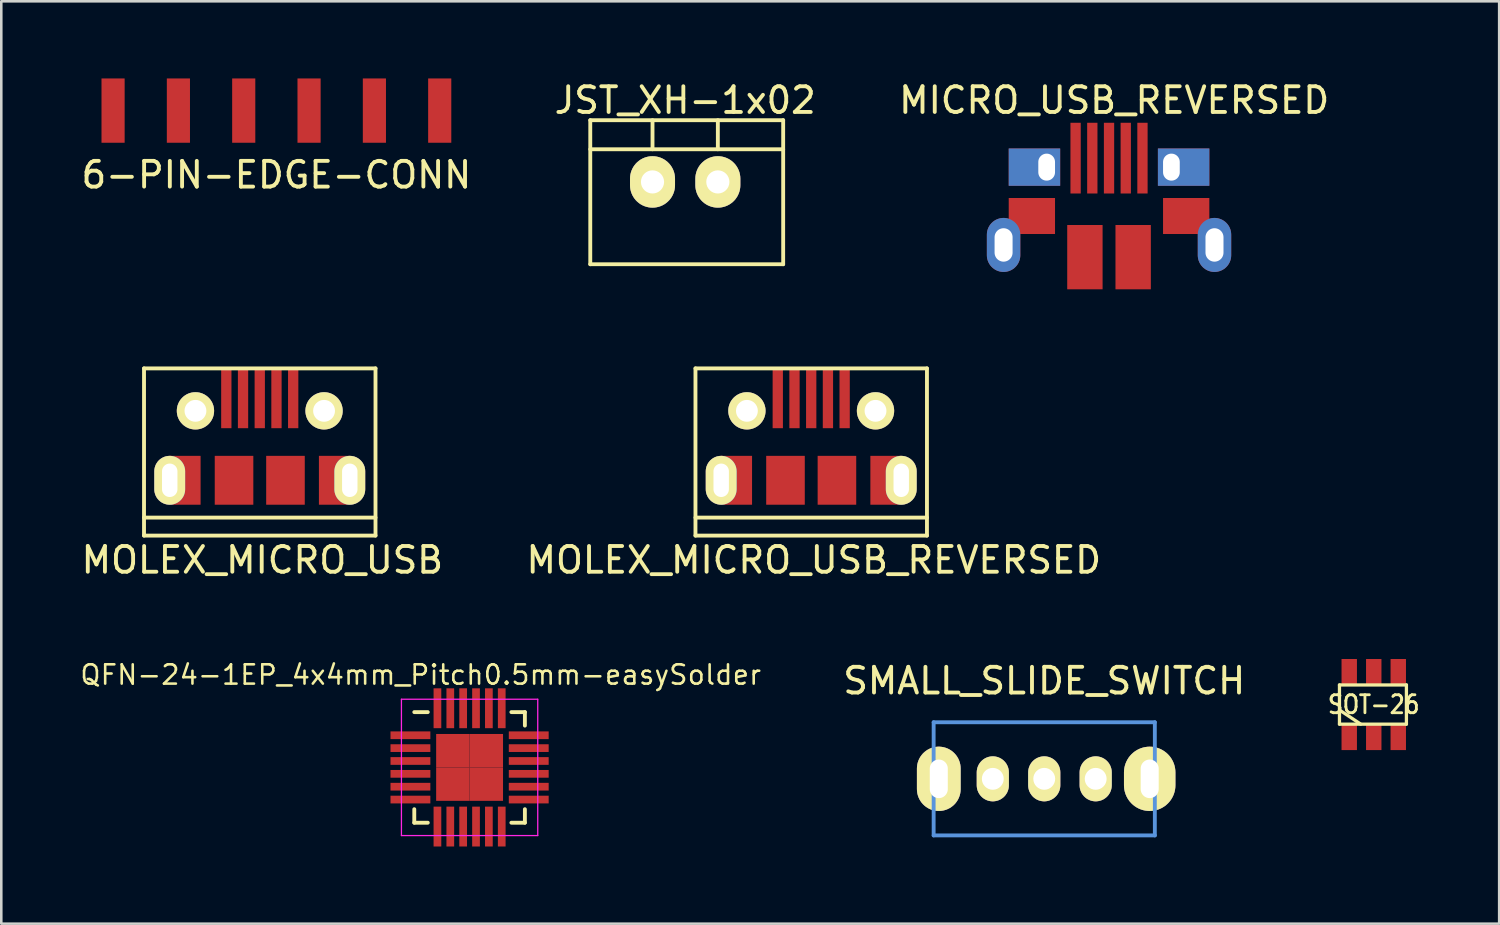
<source format=kicad_pcb>
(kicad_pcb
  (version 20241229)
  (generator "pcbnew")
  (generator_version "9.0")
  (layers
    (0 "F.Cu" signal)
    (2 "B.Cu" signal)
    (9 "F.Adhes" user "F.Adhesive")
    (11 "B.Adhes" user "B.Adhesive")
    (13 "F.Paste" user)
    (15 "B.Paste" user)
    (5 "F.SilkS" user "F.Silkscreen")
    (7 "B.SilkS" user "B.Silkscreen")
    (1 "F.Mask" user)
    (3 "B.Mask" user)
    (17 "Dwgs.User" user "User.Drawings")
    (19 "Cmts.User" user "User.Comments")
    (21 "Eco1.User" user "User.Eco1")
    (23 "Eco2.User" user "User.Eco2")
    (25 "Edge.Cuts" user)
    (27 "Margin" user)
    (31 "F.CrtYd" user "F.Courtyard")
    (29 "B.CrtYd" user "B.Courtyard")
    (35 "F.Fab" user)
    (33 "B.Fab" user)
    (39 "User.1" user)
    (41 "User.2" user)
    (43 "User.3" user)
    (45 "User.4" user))
  (footprint "MICRO_USB_REVERSED"
    (layer "F.Cu")
    (at 40.068 3.448)
    (property "Reference" "MICRO_USB_REVERSED" (at 0.2 -2.6 0) (layer "F.SilkS") (effects (font (size 1 1) (thickness 0.15))))
    (attr through_hole)
    (pad "1" smd rect (at 1.3 -0.35) (size 0.4 2.75) (layers "F.Cu" "F.Mask" "F.Paste"))
    (pad "2" smd rect (at 0.65 -0.35) (size 0.4 2.75) (layers "F.Cu" "F.Mask" "F.Paste"))
    (pad "3" smd rect (at 0 -0.35) (size 0.4 2.75) (layers "F.Cu" "F.Mask" "F.Paste"))
    (pad "4" smd rect (at -0.65 -0.35) (size 0.4 2.75) (layers "F.Cu" "F.Mask" "F.Paste"))
    (pad "5" smd rect (at -1.3 -0.35) (size 0.4 2.75) (layers "F.Cu" "F.Mask" "F.Paste"))
    (pad "6" thru_hole oval (at -4.1 3.025) (size 1.3 2.1) (drill oval 0.7 1.3) (layers "*.Cu" "*.Paste" "*.Mask"))
    (pad "6" smd rect (at -3 1.9) (size 1.8 1.4) (layers "F.Cu" "F.Mask" "F.Paste"))
    (pad "6" thru_hole rect (at -2.425 0) (size 2 1.45) (drill oval 0.65 1.05 (offset -0.475 0)) (layers "*.Cu" "*.Paste" "*.Mask"))
    (pad "6" smd rect (at -0.938 3.5) (size 1.375 2.5) (layers "F.Cu" "F.Mask" "F.Paste"))
    (pad "6" smd rect (at 0.938 3.5) (size 1.375 2.5) (layers "F.Cu" "F.Mask" "F.Paste"))
    (pad "6" thru_hole rect (at 2.425 0) (size 2 1.45) (drill oval 0.65 1.05 (offset 0.475 0)) (layers "*.Cu" "*.Paste" "*.Mask"))
    (pad "6" smd rect (at 3 1.9) (size 1.8 1.4) (layers "F.Cu" "F.Mask" "F.Paste"))
    (pad "6" thru_hole oval (at 4.1 3.025) (size 1.3 2.1) (drill oval 0.7 1.3) (layers "*.Cu" "*.Paste" "*.Mask")))
  (footprint "MOLEX_MICRO_USB_REVERSED"
    (layer "F.Cu")
    (at 28.489 12.923)
    (property "Reference" "MOLEX_MICRO_USB_REVERSED" (at 0.1 5.8 0) (layer "F.SilkS") (effects (font (size 1 1) (thickness 0.15))))
    (attr through_hole)
    (fp_line (start -4.5 -1.65) (end 4.5 -1.65) (stroke (width 0.15) (type solid)) (layer "F.SilkS"))
    (fp_line (start -4.5 4.85) (end -4.5 -1.65) (stroke (width 0.15) (type solid)) (layer "F.SilkS"))
    (fp_line (start -4.5 4.85) (end 4.5 4.85) (stroke (width 0.15) (type solid)) (layer "F.SilkS"))
    (fp_line (start 4.5 4.15) (end -4.5 4.15) (stroke (width 0.15) (type solid)) (layer "F.SilkS"))
    (fp_line (start 4.5 4.85) (end 4.5 -1.65) (stroke (width 0.15) (type solid)) (layer "F.SilkS"))
    (pad "1" smd rect (at 1.3 -0.5) (size 0.4 2.35) (layers "F.Cu" "F.Mask" "F.Paste"))
    (pad "2" smd rect (at 0.65 -0.5) (size 0.4 2.35) (layers "F.Cu" "F.Mask" "F.Paste"))
    (pad "3" smd rect (at 0 -0.5) (size 0.4 2.35) (layers "F.Cu" "F.Mask" "F.Paste"))
    (pad "4" smd rect (at -0.65 -0.5) (size 0.4 2.35) (layers "F.Cu" "F.Mask" "F.Paste"))
    (pad "5" smd rect (at -1.3 -0.5) (size 0.4 2.35) (layers "F.Cu" "F.Mask" "F.Paste"))
    (pad "6" thru_hole oval (at -3.5 2.7) (size 1.2 1.9) (drill oval 0.6 1.3) (layers "*.Cu" "*.Mask" "F.SilkS"))
    (pad "6" smd rect (at -2.9 2.7) (size 1.2 1.9) (layers "F.Cu" "F.Mask" "F.Paste"))
    (pad "6" thru_hole circle (at -2.5 0) (size 1.45 1.45) (drill 0.85) (layers "*.Cu" "*.Mask" "F.SilkS"))
    (pad "6" smd rect (at -1 2.7) (size 1.5 1.9) (layers "F.Cu" "F.Mask" "F.Paste"))
    (pad "6" smd rect (at 1 2.7) (size 1.5 1.9) (layers "F.Cu" "F.Mask" "F.Paste"))
    (pad "6" thru_hole circle (at 2.5 0) (size 1.45 1.45) (drill 0.85) (layers "*.Cu" "*.Mask" "F.SilkS"))
    (pad "6" smd rect (at 2.9 2.7) (size 1.2 1.9) (layers "F.Cu" "F.Mask" "F.Paste"))
    (pad "6" thru_hole oval (at 3.5 2.7) (size 1.2 1.9) (drill oval 0.6 1.3) (layers "*.Cu" "*.Mask" "F.SilkS")))
  (footprint "6-PIN-EDGE-CONN"
    (layer "F.Cu")
    (at 7.696 1.25)
    (property "Reference" "6-PIN-EDGE-CONN" (at 0 2.5 0) (layer "F.SilkS") (effects (font (size 1 1) (thickness 0.15))))
    (attr exclude_from_pos_files exclude_from_bom)
    (pad "1" smd rect (at -6.35 0) (size 0.9 2.5) (layers "F.Cu" "F.Mask" "F.Paste"))
    (pad "2" smd rect (at -3.81 0) (size 0.9 2.5) (layers "F.Cu" "F.Mask" "F.Paste"))
    (pad "3" smd rect (at -1.27 0) (size 0.9 2.5) (layers "F.Cu" "F.Mask" "F.Paste"))
    (pad "4" smd rect (at 1.27 0) (size 0.9 2.5) (layers "F.Cu" "F.Mask" "F.Paste"))
    (pad "5" smd rect (at 3.81 0) (size 0.9 2.5) (layers "F.Cu" "F.Mask" "F.Paste"))
    (pad "6" smd rect (at 6.35 0) (size 0.9 2.5) (layers "F.Cu" "F.Mask" "F.Paste")))
  (footprint "QFN-24-1EP_4x4mm_Pitch0.5mm-easySolder"
    (layer "F.Cu")
    (at 15.207 26.786)
    (property "Reference" "QFN-24-1EP_4x4mm_Pitch0.5mm-easySolder" (at -1.9 -3.6 0) (layer "F.SilkS") (effects (font (size 0.75 0.75) (thickness 0.1))))
    (attr smd)
    (fp_line (start -2.15 -2.15) (end -1.625 -2.15) (stroke (width 0.15) (type solid)) (layer "F.SilkS"))
    (fp_line (start -2.15 2.15) (end -2.15 1.625) (stroke (width 0.15) (type solid)) (layer "F.SilkS"))
    (fp_line (start -2.15 2.15) (end -1.625 2.15) (stroke (width 0.15) (type solid)) (layer "F.SilkS"))
    (fp_line (start 2.15 -2.15) (end 1.625 -2.15) (stroke (width 0.15) (type solid)) (layer "F.SilkS"))
    (fp_line (start 2.15 -2.15) (end 2.15 -1.625) (stroke (width 0.15) (type solid)) (layer "F.SilkS"))
    (fp_line (start 2.15 2.15) (end 1.625 2.15) (stroke (width 0.15) (type solid)) (layer "F.SilkS"))
    (fp_line (start 2.15 2.15) (end 2.15 1.625) (stroke (width 0.15) (type solid)) (layer "F.SilkS"))
    (fp_line (start -2.65 -2.65) (end -2.65 2.65) (stroke (width 0.05) (type solid)) (layer "F.CrtYd"))
    (fp_line (start -2.65 -2.65) (end 2.65 -2.65) (stroke (width 0.05) (type solid)) (layer "F.CrtYd"))
    (fp_line (start -2.65 2.65) (end 2.65 2.65) (stroke (width 0.05) (type solid)) (layer "F.CrtYd"))
    (fp_line (start 2.65 -2.65) (end 2.65 2.65) (stroke (width 0.05) (type solid)) (layer "F.CrtYd"))
    (pad "1" smd rect (at -2.3 -1.25) (size 1.55 0.3) (layers "F.Cu" "F.Mask" "F.Paste"))
    (pad "2" smd rect (at -2.3 -0.75) (size 1.55 0.3) (layers "F.Cu" "F.Mask" "F.Paste"))
    (pad "3" smd rect (at -2.3 -0.25) (size 1.55 0.3) (layers "F.Cu" "F.Mask" "F.Paste"))
    (pad "4" smd rect (at -2.3 0.25) (size 1.55 0.3) (layers "F.Cu" "F.Mask" "F.Paste"))
    (pad "5" smd rect (at -2.3 0.75) (size 1.55 0.3) (layers "F.Cu" "F.Mask" "F.Paste"))
    (pad "6" smd rect (at -2.3 1.25) (size 1.55 0.3) (layers "F.Cu" "F.Mask" "F.Paste"))
    (pad "7" smd rect (at -1.25 2.3 90) (size 1.55 0.3) (layers "F.Cu" "F.Mask" "F.Paste"))
    (pad "8" smd rect (at -0.75 2.3 90) (size 1.55 0.3) (layers "F.Cu" "F.Mask" "F.Paste"))
    (pad "9" smd rect (at -0.25 2.3 90) (size 1.55 0.3) (layers "F.Cu" "F.Mask" "F.Paste"))
    (pad "10" smd rect (at 0.25 2.3 90) (size 1.55 0.3) (layers "F.Cu" "F.Mask" "F.Paste"))
    (pad "11" smd rect (at 0.75 2.3 90) (size 1.55 0.3) (layers "F.Cu" "F.Mask" "F.Paste"))
    (pad "12" smd rect (at 1.25 2.3 90) (size 1.55 0.3) (layers "F.Cu" "F.Mask" "F.Paste"))
    (pad "13" smd rect (at 2.3 1.25) (size 1.55 0.3) (layers "F.Cu" "F.Mask" "F.Paste"))
    (pad "14" smd rect (at 2.3 0.75) (size 1.55 0.3) (layers "F.Cu" "F.Mask" "F.Paste"))
    (pad "15" smd rect (at 2.3 0.25) (size 1.55 0.3) (layers "F.Cu" "F.Mask" "F.Paste"))
    (pad "16" smd rect (at 2.3 -0.25) (size 1.55 0.3) (layers "F.Cu" "F.Mask" "F.Paste"))
    (pad "17" smd rect (at 2.3 -0.75) (size 1.55 0.3) (layers "F.Cu" "F.Mask" "F.Paste"))
    (pad "18" smd rect (at 2.3 -1.25) (size 1.55 0.3) (layers "F.Cu" "F.Mask" "F.Paste"))
    (pad "19" smd rect (at 1.25 -2.3 90) (size 1.55 0.3) (layers "F.Cu" "F.Mask" "F.Paste"))
    (pad "20" smd rect (at 0.75 -2.3 90) (size 1.55 0.3) (layers "F.Cu" "F.Mask" "F.Paste"))
    (pad "21" smd rect (at 0.25 -2.3 90) (size 1.55 0.3) (layers "F.Cu" "F.Mask" "F.Paste"))
    (pad "22" smd rect (at -0.25 -2.3 90) (size 1.55 0.3) (layers "F.Cu" "F.Mask" "F.Paste"))
    (pad "23" smd rect (at -0.75 -2.3 90) (size 1.55 0.3) (layers "F.Cu" "F.Mask" "F.Paste"))
    (pad "24" smd rect (at -1.25 -2.3 90) (size 1.55 0.3) (layers "F.Cu" "F.Mask" "F.Paste"))
    (pad "25" smd rect (at -0.65 -0.65) (size 1.3 1.3) (layers "F.Cu" "F.Mask" "F.Paste"))
    (pad "25" smd rect (at -0.65 0.65) (size 1.3 1.3) (layers "F.Cu" "F.Mask" "F.Paste"))
    (pad "25" smd rect (at 0.65 -0.65) (size 1.3 1.3) (layers "F.Cu" "F.Mask" "F.Paste"))
    (pad "25" smd rect (at 0.65 0.65) (size 1.3 1.3) (layers "F.Cu" "F.Mask" "F.Paste")))
  (footprint "MOLEX_MICRO_USB"
    (layer "F.Cu")
    (at 7.049 12.923)
    (property "Reference" "MOLEX_MICRO_USB" (at 0.1 5.8 0) (layer "F.SilkS") (effects (font (size 1 1) (thickness 0.15))))
    (attr through_hole)
    (fp_line (start -4.5 -1.65) (end 4.5 -1.65) (stroke (width 0.15) (type solid)) (layer "F.SilkS"))
    (fp_line (start -4.5 4.85) (end -4.5 -1.65) (stroke (width 0.15) (type solid)) (layer "F.SilkS"))
    (fp_line (start -4.5 4.85) (end 4.5 4.85) (stroke (width 0.15) (type solid)) (layer "F.SilkS"))
    (fp_line (start 4.5 4.15) (end -4.5 4.15) (stroke (width 0.15) (type solid)) (layer "F.SilkS"))
    (fp_line (start 4.5 4.85) (end 4.5 -1.65) (stroke (width 0.15) (type solid)) (layer "F.SilkS"))
    (pad "1" smd rect (at -1.3 -0.5) (size 0.4 2.35) (layers "F.Cu" "F.Mask" "F.Paste"))
    (pad "2" smd rect (at -0.65 -0.5) (size 0.4 2.35) (layers "F.Cu" "F.Mask" "F.Paste"))
    (pad "3" smd rect (at 0 -0.5) (size 0.4 2.35) (layers "F.Cu" "F.Mask" "F.Paste"))
    (pad "4" smd rect (at 0.65 -0.5) (size 0.4 2.35) (layers "F.Cu" "F.Mask" "F.Paste"))
    (pad "5" smd rect (at 1.3 -0.5) (size 0.4 2.35) (layers "F.Cu" "F.Mask" "F.Paste"))
    (pad "6" thru_hole oval (at -3.5 2.7) (size 1.2 1.9) (drill oval 0.6 1.3) (layers "*.Cu" "*.Mask" "F.SilkS"))
    (pad "6" smd rect (at -2.9 2.7) (size 1.2 1.9) (layers "F.Cu" "F.Mask" "F.Paste"))
    (pad "6" thru_hole circle (at -2.5 0) (size 1.45 1.45) (drill 0.85) (layers "*.Cu" "*.Mask" "F.SilkS"))
    (pad "6" smd rect (at -1 2.7) (size 1.5 1.9) (layers "F.Cu" "F.Mask" "F.Paste"))
    (pad "6" smd rect (at 1 2.7) (size 1.5 1.9) (layers "F.Cu" "F.Mask" "F.Paste"))
    (pad "6" thru_hole circle (at 2.5 0) (size 1.45 1.45) (drill 0.85) (layers "*.Cu" "*.Mask" "F.SilkS"))
    (pad "6" smd rect (at 2.9 2.7) (size 1.2 1.9) (layers "F.Cu" "F.Mask" "F.Paste"))
    (pad "6" thru_hole oval (at 3.5 2.7) (size 1.2 1.9) (drill oval 0.6 1.3) (layers "*.Cu" "*.Mask" "F.SilkS")))
  (footprint "SOT-26"
    (layer "F.Cu")
    (at 50.36 24.342)
    (property "Reference" "SOT-26" (at 0 0 0) (layer "F.SilkS") (effects (font (size 0.7 0.6) (thickness 0.11))))
    (attr through_hole)
    (fp_line (start -1.333 -0.762) (end 1.27 -0.762) (stroke (width 0.127) (type solid)) (layer "F.SilkS"))
    (fp_line (start -1.333 0.762) (end -1.333 -0.762) (stroke (width 0.127) (type solid)) (layer "F.SilkS"))
    (fp_line (start -0.508 0.762) (end -1.27 0.254) (stroke (width 0.127) (type solid)) (layer "F.SilkS"))
    (fp_line (start 1.27 -0.762) (end 1.27 0.762) (stroke (width 0.127) (type solid)) (layer "F.SilkS"))
    (fp_line (start 1.27 0.762) (end -1.333 0.762) (stroke (width 0.127) (type solid)) (layer "F.SilkS"))
    (pad "1" smd rect (at -0.953 1.27) (size 0.599 1.001) (layers "F.Cu" "F.Mask" "F.Paste"))
    (pad "2" smd rect (at 0 1.27) (size 0.599 1.001) (layers "F.Cu" "F.Mask" "F.Paste"))
    (pad "3" smd rect (at 0.953 1.27) (size 0.599 1.001) (layers "F.Cu" "F.Mask" "F.Paste"))
    (pad "4" smd rect (at 0.953 -1.27) (size 0.599 1.001) (layers "F.Cu" "F.Mask" "F.Paste"))
    (pad "5" smd rect (at 0 -1.27) (size 0.599 1.001) (layers "F.Cu" "F.Mask" "F.Paste"))
    (pad "6" smd rect (at -0.953 -1.27) (size 0.599 1.001) (layers "F.Cu" "F.Mask" "F.Paste")))
  (footprint "SMALL_SLIDE_SWITCH"
    (layer "F.Cu")
    (at 37.549 27.23)
    (property "Reference" "SMALL_SLIDE_SWITCH" (at 0 -3.81 0) (layer "F.SilkS") (effects (font (size 1 1) (thickness 0.15))))
    (attr through_hole)
    (fp_line (start -4.3 -2.2) (end -4.3 2.2) (stroke (width 0.15) (type solid)) (layer "Cmts.User"))
    (fp_line (start -4.3 2.2) (end 4.3 2.2) (stroke (width 0.15) (type solid)) (layer "Cmts.User"))
    (fp_line (start 4.3 -2.2) (end -4.3 -2.2) (stroke (width 0.15) (type solid)) (layer "Cmts.User"))
    (fp_line (start 4.3 2.2) (end 4.3 -2.2) (stroke (width 0.15) (type solid)) (layer "Cmts.User"))
    (pad "1" thru_hole oval (at 2 0) (size 1.25 1.75) (drill 0.85) (layers "*.Cu" "*.Mask" "F.SilkS"))
    (pad "2" thru_hole oval (at 0 0) (size 1.25 1.75) (drill 0.85) (layers "*.Cu" "*.Mask" "F.SilkS"))
    (pad "3" thru_hole oval (at -2 0) (size 1.25 1.75) (drill 0.85) (layers "*.Cu" "*.Mask" "F.SilkS"))
    (pad "4" thru_hole oval (at -4.1 0) (size 1.7 2.5) (drill oval 0.7 1.5) (layers "*.Cu" "*.Mask" "F.SilkS"))
    (pad "4" thru_hole oval (at 4.1 0) (size 2 2.5) (drill oval 0.7 1.5) (layers "*.Cu" "*.Mask" "F.SilkS")))
  (footprint "JST_XH-1x02"
    (layer "F.Cu")
    (at 23.589 4.023)
    (property "Reference" "JST_XH-1x02" (at 0 -3.175 0) (layer "F.SilkS") (effects (font (size 1 1) (thickness 0.15))))
    (attr through_hole)
    (fp_line (start -3.69 -2.4) (end -3.69 3.2) (stroke (width 0.15) (type solid)) (layer "F.SilkS"))
    (fp_line (start -3.69 -1.27) (end 3.81 -1.27) (stroke (width 0.15) (type solid)) (layer "F.SilkS"))
    (fp_line (start -3.69 3.2) (end 3.81 3.2) (stroke (width 0.15) (type solid)) (layer "F.SilkS"))
    (fp_line (start -1.27 -2.4) (end -1.27 -1.27) (stroke (width 0.15) (type solid)) (layer "F.SilkS"))
    (fp_line (start 1.27 -2.4) (end 1.27 -1.27) (stroke (width 0.15) (type solid)) (layer "F.SilkS"))
    (fp_line (start 3.81 -2.4) (end -3.69 -2.4) (stroke (width 0.15) (type solid)) (layer "F.SilkS"))
    (fp_line (start 3.81 3.2) (end 3.81 -2.4) (stroke (width 0.15) (type solid)) (layer "F.SilkS"))
    (pad "1" thru_hole oval (at -1.27 0) (size 1.75 2) (drill 0.9) (layers "*.Cu" "*.Mask" "F.SilkS"))
    (pad "2" thru_hole oval (at 1.27 0) (size 1.75 2) (drill 0.9) (layers "*.Cu" "*.Mask" "F.SilkS")))
  (gr_rect
    (start -3 -3)
    (end 55.236 32.861)
    (stroke (width 0.1) (type default))
    (fill no)
    (layer "Edge.Cuts")))
</source>
